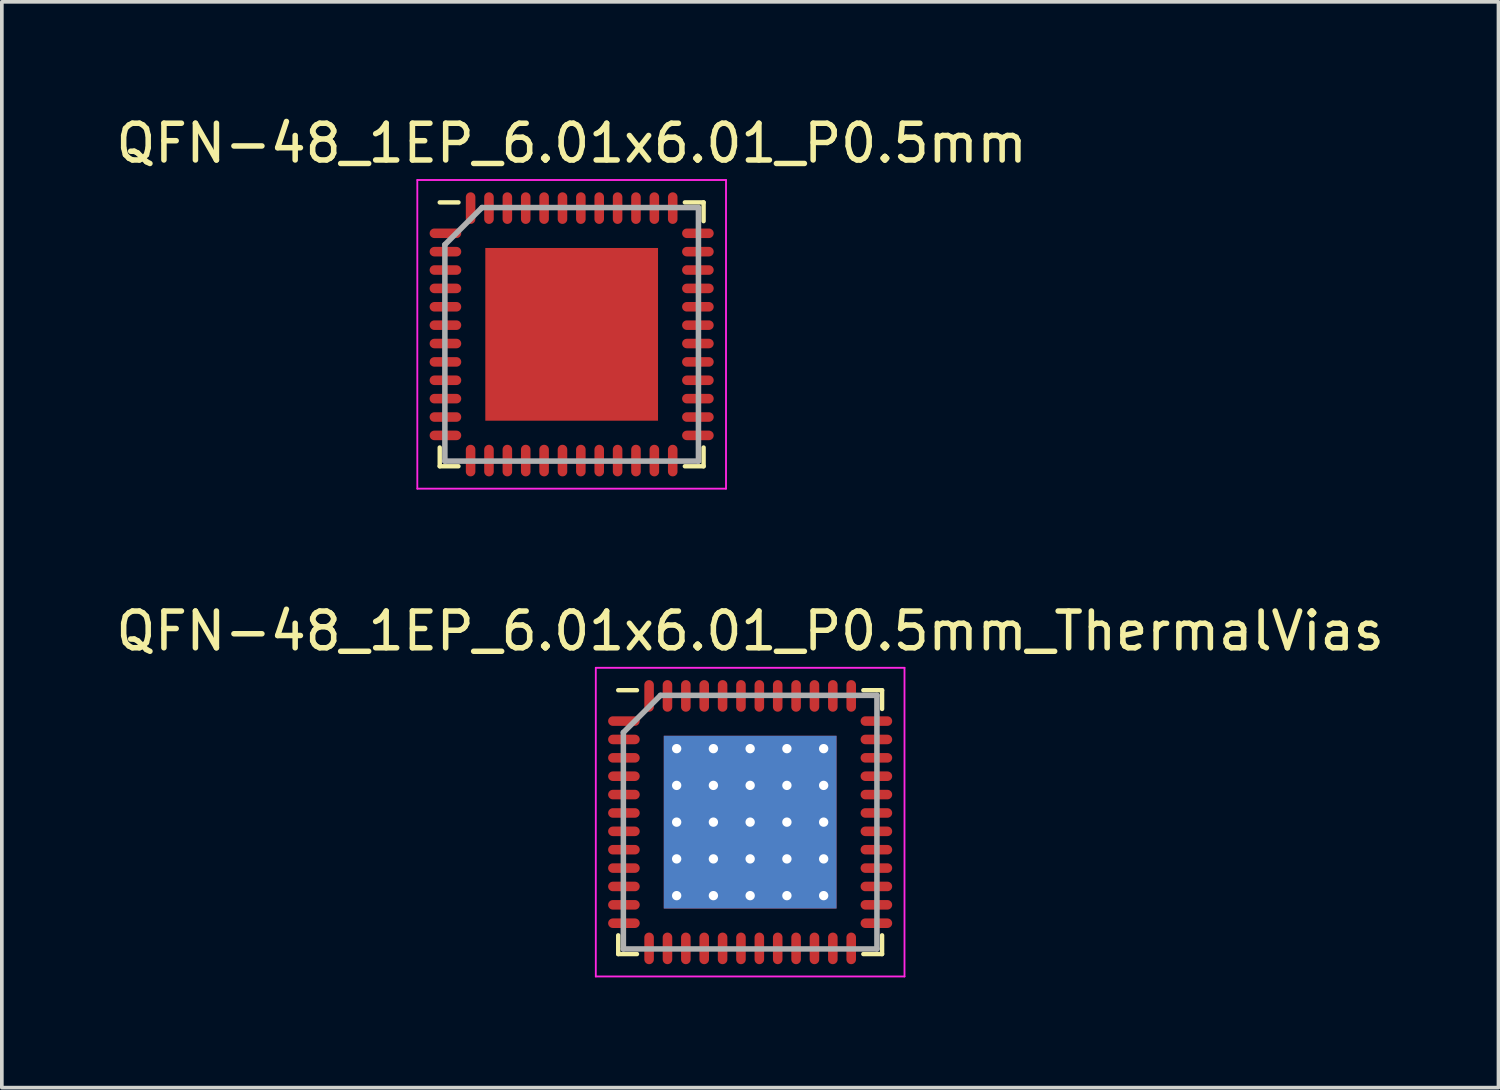
<source format=kicad_pcb>
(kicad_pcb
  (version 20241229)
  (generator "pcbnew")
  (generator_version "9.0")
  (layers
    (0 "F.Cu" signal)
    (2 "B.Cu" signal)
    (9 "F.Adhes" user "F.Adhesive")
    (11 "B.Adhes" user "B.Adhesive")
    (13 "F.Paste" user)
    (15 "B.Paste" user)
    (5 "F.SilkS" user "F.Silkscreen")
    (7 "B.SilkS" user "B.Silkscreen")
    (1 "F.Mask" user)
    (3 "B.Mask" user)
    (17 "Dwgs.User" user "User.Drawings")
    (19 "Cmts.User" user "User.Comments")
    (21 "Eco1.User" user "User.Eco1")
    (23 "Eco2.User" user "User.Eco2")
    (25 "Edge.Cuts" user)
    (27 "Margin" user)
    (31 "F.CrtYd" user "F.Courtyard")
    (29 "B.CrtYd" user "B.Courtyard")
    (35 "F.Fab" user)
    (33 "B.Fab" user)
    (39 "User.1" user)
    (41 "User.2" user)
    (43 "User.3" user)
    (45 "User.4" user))
  (footprint "QFN-48_1EP_6.01x6.01_P0.5mm_ThermalVias"
    (layer "F.Cu")
    (at 17.363 19.322)
    (property "Reference" "QFN-48_1EP_6.01x6.01_P0.5mm_ThermalVias" (at 0 -5.2 0) (layer "F.SilkS") (effects (font (size 1 1) (thickness 0.15))))
    (attr smd)
    (fp_line (start -3.59 -3.59) (end -3.08 -3.59) (stroke (width 0.12) (type solid)) (layer "F.SilkS"))
    (fp_line (start -3.59 3.08) (end -3.59 3.59) (stroke (width 0.12) (type solid)) (layer "F.SilkS"))
    (fp_line (start -3.59 3.59) (end -3.08 3.59) (stroke (width 0.12) (type solid)) (layer "F.SilkS"))
    (fp_line (start 3.08 -3.59) (end 3.59 -3.59) (stroke (width 0.12) (type solid)) (layer "F.SilkS"))
    (fp_line (start 3.08 3.59) (end 3.59 3.59) (stroke (width 0.12) (type solid)) (layer "F.SilkS"))
    (fp_line (start 3.59 -3.59) (end 3.59 -3.08) (stroke (width 0.12) (type solid)) (layer "F.SilkS"))
    (fp_line (start 3.59 3.59) (end 3.59 3.08) (stroke (width 0.12) (type solid)) (layer "F.SilkS"))
    (fp_line (start -4.2 -4.2) (end 4.2 -4.2) (stroke (width 0.05) (type solid)) (layer "F.CrtYd"))
    (fp_line (start -4.2 4.2) (end -4.2 -4.2) (stroke (width 0.05) (type solid)) (layer "F.CrtYd"))
    (fp_line (start 4.2 -4.2) (end 4.2 4.2) (stroke (width 0.05) (type solid)) (layer "F.CrtYd"))
    (fp_line (start 4.2 4.2) (end -4.2 4.2) (stroke (width 0.05) (type solid)) (layer "F.CrtYd"))
    (fp_line (start -3.45 -2.44) (end -3.45 3.45) (stroke (width 0.15) (type solid)) (layer "F.Fab"))
    (fp_line (start -3.45 3.45) (end 3.45 3.45) (stroke (width 0.15) (type solid)) (layer "F.Fab"))
    (fp_line (start -2.44 -3.45) (end -3.45 -2.44) (stroke (width 0.15) (type solid)) (layer "F.Fab"))
    (fp_line (start 3.45 -3.45) (end -2.44 -3.45) (stroke (width 0.15) (type solid)) (layer "F.Fab"))
    (fp_line (start 3.45 3.45) (end 3.45 -3.45) (stroke (width 0.15) (type solid)) (layer "F.Fab"))
    (pad "0" thru_hole circle (at -2 -2) (size 0.3 0.3) (drill 0.254) (layers "*.Cu" "F.Mask"))
    (pad "0" thru_hole circle (at -2 -1) (size 0.3 0.3) (drill 0.254) (layers "*.Cu" "F.Mask"))
    (pad "0" thru_hole circle (at -2 0) (size 0.3 0.3) (drill 0.254) (layers "*.Cu" "F.Mask"))
    (pad "0" thru_hole circle (at -2 1) (size 0.3 0.3) (drill 0.254) (layers "*.Cu" "F.Mask"))
    (pad "0" thru_hole circle (at -2 2) (size 0.3 0.3) (drill 0.254) (layers "*.Cu" "F.Mask"))
    (pad "0" thru_hole circle (at -1 -2) (size 0.3 0.3) (drill 0.254) (layers "*.Cu" "F.Mask"))
    (pad "0" thru_hole circle (at -1 -1) (size 0.3 0.3) (drill 0.254) (layers "*.Cu" "F.Mask"))
    (pad "0" thru_hole circle (at -1 0) (size 0.3 0.3) (drill 0.254) (layers "*.Cu" "F.Mask"))
    (pad "0" thru_hole circle (at -1 1) (size 0.3 0.3) (drill 0.254) (layers "*.Cu" "F.Mask"))
    (pad "0" thru_hole circle (at -1 2) (size 0.3 0.3) (drill 0.254) (layers "*.Cu" "F.Mask"))
    (pad "0" thru_hole circle (at 0 -2) (size 0.3 0.3) (drill 0.254) (layers "*.Cu" "F.Mask"))
    (pad "0" thru_hole circle (at 0 -1) (size 0.3 0.3) (drill 0.254) (layers "*.Cu" "F.Mask"))
    (pad "0" thru_hole circle (at 0 0) (size 0.3 0.3) (drill 0.254) (layers "*.Cu" "F.Mask"))
    (pad "0" smd rect (at 0 0) (size 4.7 4.7) (layers "F.Cu" "F.Mask" "F.Paste"))
    (pad "0" smd rect (at 0 0) (size 4.7 4.7) (layers "B.Cu"))
    (pad "0" thru_hole circle (at 0 1) (size 0.3 0.3) (drill 0.254) (layers "*.Cu" "F.Mask"))
    (pad "0" thru_hole circle (at 0 2) (size 0.3 0.3) (drill 0.254) (layers "*.Cu" "F.Mask"))
    (pad "0" thru_hole circle (at 1 -2) (size 0.3 0.3) (drill 0.254) (layers "*.Cu" "F.Mask"))
    (pad "0" thru_hole circle (at 1 -1) (size 0.3 0.3) (drill 0.254) (layers "*.Cu" "F.Mask"))
    (pad "0" thru_hole circle (at 1 0) (size 0.3 0.3) (drill 0.254) (layers "*.Cu" "F.Mask"))
    (pad "0" thru_hole circle (at 1 1) (size 0.3 0.3) (drill 0.254) (layers "*.Cu" "F.Mask"))
    (pad "0" thru_hole circle (at 1 2) (size 0.3 0.3) (drill 0.254) (layers "*.Cu" "F.Mask"))
    (pad "0" thru_hole circle (at 2 -2) (size 0.3 0.3) (drill 0.254) (layers "*.Cu" "F.Mask"))
    (pad "0" thru_hole circle (at 2 -1) (size 0.3 0.3) (drill 0.254) (layers "*.Cu" "F.Mask"))
    (pad "0" thru_hole circle (at 2 0) (size 0.3 0.3) (drill 0.254) (layers "*.Cu" "F.Mask"))
    (pad "0" thru_hole circle (at 2 1) (size 0.3 0.3) (drill 0.254) (layers "*.Cu" "F.Mask"))
    (pad "0" thru_hole circle (at 2 2) (size 0.3 0.3) (drill 0.254) (layers "*.Cu" "F.Mask"))
    (pad "1" smd oval (at -3.435 -2.75 90) (size 0.26 0.86) (layers "F.Cu" "F.Mask" "F.Paste"))
    (pad "2" smd oval (at -3.435 -2.25 90) (size 0.26 0.86) (layers "F.Cu" "F.Mask" "F.Paste"))
    (pad "3" smd oval (at -3.435 -1.75 90) (size 0.26 0.86) (layers "F.Cu" "F.Mask" "F.Paste"))
    (pad "4" smd oval (at -3.435 -1.25 90) (size 0.26 0.86) (layers "F.Cu" "F.Mask" "F.Paste"))
    (pad "5" smd oval (at -3.435 -0.75 90) (size 0.26 0.86) (layers "F.Cu" "F.Mask" "F.Paste"))
    (pad "6" smd oval (at -3.435 -0.25 90) (size 0.26 0.86) (layers "F.Cu" "F.Mask" "F.Paste"))
    (pad "7" smd oval (at -3.435 0.25 90) (size 0.26 0.86) (layers "F.Cu" "F.Mask" "F.Paste"))
    (pad "8" smd oval (at -3.435 0.75 90) (size 0.26 0.86) (layers "F.Cu" "F.Mask" "F.Paste"))
    (pad "9" smd oval (at -3.435 1.25 90) (size 0.26 0.86) (layers "F.Cu" "F.Mask" "F.Paste"))
    (pad "10" smd oval (at -3.435 1.75 90) (size 0.26 0.86) (layers "F.Cu" "F.Mask" "F.Paste"))
    (pad "11" smd oval (at -3.435 2.25 90) (size 0.26 0.86) (layers "F.Cu" "F.Mask" "F.Paste"))
    (pad "12" smd oval (at -3.435 2.75 90) (size 0.26 0.86) (layers "F.Cu" "F.Mask" "F.Paste"))
    (pad "13" smd oval (at -2.75 3.435) (size 0.26 0.86) (layers "F.Cu" "F.Mask" "F.Paste"))
    (pad "14" smd oval (at -2.25 3.435) (size 0.26 0.86) (layers "F.Cu" "F.Mask" "F.Paste"))
    (pad "15" smd oval (at -1.75 3.435) (size 0.26 0.86) (layers "F.Cu" "F.Mask" "F.Paste"))
    (pad "16" smd oval (at -1.25 3.435) (size 0.26 0.86) (layers "F.Cu" "F.Mask" "F.Paste"))
    (pad "17" smd oval (at -0.75 3.435) (size 0.26 0.86) (layers "F.Cu" "F.Mask" "F.Paste"))
    (pad "18" smd oval (at -0.25 3.435) (size 0.26 0.86) (layers "F.Cu" "F.Mask" "F.Paste"))
    (pad "19" smd oval (at 0.25 3.435) (size 0.26 0.86) (layers "F.Cu" "F.Mask" "F.Paste"))
    (pad "20" smd oval (at 0.75 3.435) (size 0.26 0.86) (layers "F.Cu" "F.Mask" "F.Paste"))
    (pad "21" smd oval (at 1.25 3.435) (size 0.26 0.86) (layers "F.Cu" "F.Mask" "F.Paste"))
    (pad "22" smd oval (at 1.75 3.435) (size 0.26 0.86) (layers "F.Cu" "F.Mask" "F.Paste"))
    (pad "23" smd oval (at 2.25 3.435) (size 0.26 0.86) (layers "F.Cu" "F.Mask" "F.Paste"))
    (pad "24" smd oval (at 2.75 3.435) (size 0.26 0.86) (layers "F.Cu" "F.Mask" "F.Paste"))
    (pad "25" smd oval (at 3.435 2.75 90) (size 0.26 0.86) (layers "F.Cu" "F.Mask" "F.Paste"))
    (pad "26" smd oval (at 3.435 2.25 90) (size 0.26 0.86) (layers "F.Cu" "F.Mask" "F.Paste"))
    (pad "27" smd oval (at 3.435 1.75 90) (size 0.26 0.86) (layers "F.Cu" "F.Mask" "F.Paste"))
    (pad "28" smd oval (at 3.435 1.25 90) (size 0.26 0.86) (layers "F.Cu" "F.Mask" "F.Paste"))
    (pad "29" smd oval (at 3.435 0.75 90) (size 0.26 0.86) (layers "F.Cu" "F.Mask" "F.Paste"))
    (pad "30" smd oval (at 3.435 0.25 90) (size 0.26 0.86) (layers "F.Cu" "F.Mask" "F.Paste"))
    (pad "31" smd oval (at 3.435 -0.25 90) (size 0.26 0.86) (layers "F.Cu" "F.Mask" "F.Paste"))
    (pad "32" smd oval (at 3.435 -0.75 90) (size 0.26 0.86) (layers "F.Cu" "F.Mask" "F.Paste"))
    (pad "33" smd oval (at 3.435 -1.25 90) (size 0.26 0.86) (layers "F.Cu" "F.Mask" "F.Paste"))
    (pad "34" smd oval (at 3.435 -1.75 90) (size 0.26 0.86) (layers "F.Cu" "F.Mask" "F.Paste"))
    (pad "35" smd oval (at 3.435 -2.25 90) (size 0.26 0.86) (layers "F.Cu" "F.Mask" "F.Paste"))
    (pad "36" smd oval (at 3.435 -2.75 90) (size 0.26 0.86) (layers "F.Cu" "F.Mask" "F.Paste"))
    (pad "37" smd oval (at 2.75 -3.435) (size 0.26 0.86) (layers "F.Cu" "F.Mask" "F.Paste"))
    (pad "38" smd oval (at 2.25 -3.435) (size 0.26 0.86) (layers "F.Cu" "F.Mask" "F.Paste"))
    (pad "39" smd oval (at 1.75 -3.435) (size 0.26 0.86) (layers "F.Cu" "F.Mask" "F.Paste"))
    (pad "40" smd oval (at 1.25 -3.435) (size 0.26 0.86) (layers "F.Cu" "F.Mask" "F.Paste"))
    (pad "41" smd oval (at 0.75 -3.435) (size 0.26 0.86) (layers "F.Cu" "F.Mask" "F.Paste"))
    (pad "42" smd oval (at 0.25 -3.435) (size 0.26 0.86) (layers "F.Cu" "F.Mask" "F.Paste"))
    (pad "43" smd oval (at -0.25 -3.435) (size 0.26 0.86) (layers "F.Cu" "F.Mask" "F.Paste"))
    (pad "44" smd oval (at -0.75 -3.435) (size 0.26 0.86) (layers "F.Cu" "F.Mask" "F.Paste"))
    (pad "45" smd oval (at -1.25 -3.435) (size 0.26 0.86) (layers "F.Cu" "F.Mask" "F.Paste"))
    (pad "46" smd oval (at -1.75 -3.435) (size 0.26 0.86) (layers "F.Cu" "F.Mask" "F.Paste"))
    (pad "47" smd oval (at -2.25 -3.435) (size 0.26 0.86) (layers "F.Cu" "F.Mask" "F.Paste"))
    (pad "48" smd oval (at -2.75 -3.435) (size 0.26 0.86) (layers "F.Cu" "F.Mask" "F.Paste")))
  (footprint "QFN-48_1EP_6.01x6.01_P0.5mm"
    (layer "F.Cu")
    (at 12.506 6.048)
    (property "Reference" "QFN-48_1EP_6.01x6.01_P0.5mm" (at 0 -5.2 0) (layer "F.SilkS") (effects (font (size 1 1) (thickness 0.15))))
    (attr smd)
    (fp_line (start -3.59 -3.59) (end -3.08 -3.59) (stroke (width 0.12) (type solid)) (layer "F.SilkS"))
    (fp_line (start -3.59 3.08) (end -3.59 3.59) (stroke (width 0.12) (type solid)) (layer "F.SilkS"))
    (fp_line (start -3.59 3.59) (end -3.08 3.59) (stroke (width 0.12) (type solid)) (layer "F.SilkS"))
    (fp_line (start 3.08 -3.59) (end 3.59 -3.59) (stroke (width 0.12) (type solid)) (layer "F.SilkS"))
    (fp_line (start 3.08 3.59) (end 3.59 3.59) (stroke (width 0.12) (type solid)) (layer "F.SilkS"))
    (fp_line (start 3.59 -3.59) (end 3.59 -3.08) (stroke (width 0.12) (type solid)) (layer "F.SilkS"))
    (fp_line (start 3.59 3.59) (end 3.59 3.08) (stroke (width 0.12) (type solid)) (layer "F.SilkS"))
    (fp_line (start -4.2 -4.2) (end 4.2 -4.2) (stroke (width 0.05) (type solid)) (layer "F.CrtYd"))
    (fp_line (start -4.2 4.2) (end -4.2 -4.2) (stroke (width 0.05) (type solid)) (layer "F.CrtYd"))
    (fp_line (start 4.2 -4.2) (end 4.2 4.2) (stroke (width 0.05) (type solid)) (layer "F.CrtYd"))
    (fp_line (start 4.2 4.2) (end -4.2 4.2) (stroke (width 0.05) (type solid)) (layer "F.CrtYd"))
    (fp_line (start -3.45 -2.44) (end -3.45 3.45) (stroke (width 0.15) (type solid)) (layer "F.Fab"))
    (fp_line (start -3.45 3.45) (end 3.45 3.45) (stroke (width 0.15) (type solid)) (layer "F.Fab"))
    (fp_line (start -2.44 -3.45) (end -3.45 -2.44) (stroke (width 0.15) (type solid)) (layer "F.Fab"))
    (fp_line (start 3.45 -3.45) (end -2.44 -3.45) (stroke (width 0.15) (type solid)) (layer "F.Fab"))
    (fp_line (start 3.45 3.45) (end 3.45 -3.45) (stroke (width 0.15) (type solid)) (layer "F.Fab"))
    (pad "0" smd rect (at 0 0) (size 4.7 4.7) (layers "F.Cu" "F.Mask" "F.Paste"))
    (pad "1" smd oval (at -3.435 -2.75 90) (size 0.26 0.86) (layers "F.Cu" "F.Mask" "F.Paste"))
    (pad "2" smd oval (at -3.435 -2.25 90) (size 0.26 0.86) (layers "F.Cu" "F.Mask" "F.Paste"))
    (pad "3" smd oval (at -3.435 -1.75 90) (size 0.26 0.86) (layers "F.Cu" "F.Mask" "F.Paste"))
    (pad "4" smd oval (at -3.435 -1.25 90) (size 0.26 0.86) (layers "F.Cu" "F.Mask" "F.Paste"))
    (pad "5" smd oval (at -3.435 -0.75 90) (size 0.26 0.86) (layers "F.Cu" "F.Mask" "F.Paste"))
    (pad "6" smd oval (at -3.435 -0.25 90) (size 0.26 0.86) (layers "F.Cu" "F.Mask" "F.Paste"))
    (pad "7" smd oval (at -3.435 0.25 90) (size 0.26 0.86) (layers "F.Cu" "F.Mask" "F.Paste"))
    (pad "8" smd oval (at -3.435 0.75 90) (size 0.26 0.86) (layers "F.Cu" "F.Mask" "F.Paste"))
    (pad "9" smd oval (at -3.435 1.25 90) (size 0.26 0.86) (layers "F.Cu" "F.Mask" "F.Paste"))
    (pad "10" smd oval (at -3.435 1.75 90) (size 0.26 0.86) (layers "F.Cu" "F.Mask" "F.Paste"))
    (pad "11" smd oval (at -3.435 2.25 90) (size 0.26 0.86) (layers "F.Cu" "F.Mask" "F.Paste"))
    (pad "12" smd oval (at -3.435 2.75 90) (size 0.26 0.86) (layers "F.Cu" "F.Mask" "F.Paste"))
    (pad "13" smd oval (at -2.75 3.435) (size 0.26 0.86) (layers "F.Cu" "F.Mask" "F.Paste"))
    (pad "14" smd oval (at -2.25 3.435) (size 0.26 0.86) (layers "F.Cu" "F.Mask" "F.Paste"))
    (pad "15" smd oval (at -1.75 3.435) (size 0.26 0.86) (layers "F.Cu" "F.Mask" "F.Paste"))
    (pad "16" smd oval (at -1.25 3.435) (size 0.26 0.86) (layers "F.Cu" "F.Mask" "F.Paste"))
    (pad "17" smd oval (at -0.75 3.435) (size 0.26 0.86) (layers "F.Cu" "F.Mask" "F.Paste"))
    (pad "18" smd oval (at -0.25 3.435) (size 0.26 0.86) (layers "F.Cu" "F.Mask" "F.Paste"))
    (pad "19" smd oval (at 0.25 3.435) (size 0.26 0.86) (layers "F.Cu" "F.Mask" "F.Paste"))
    (pad "20" smd oval (at 0.75 3.435) (size 0.26 0.86) (layers "F.Cu" "F.Mask" "F.Paste"))
    (pad "21" smd oval (at 1.25 3.435) (size 0.26 0.86) (layers "F.Cu" "F.Mask" "F.Paste"))
    (pad "22" smd oval (at 1.75 3.435) (size 0.26 0.86) (layers "F.Cu" "F.Mask" "F.Paste"))
    (pad "23" smd oval (at 2.25 3.435) (size 0.26 0.86) (layers "F.Cu" "F.Mask" "F.Paste"))
    (pad "24" smd oval (at 2.75 3.435) (size 0.26 0.86) (layers "F.Cu" "F.Mask" "F.Paste"))
    (pad "25" smd oval (at 3.435 2.75 90) (size 0.26 0.86) (layers "F.Cu" "F.Mask" "F.Paste"))
    (pad "26" smd oval (at 3.435 2.25 90) (size 0.26 0.86) (layers "F.Cu" "F.Mask" "F.Paste"))
    (pad "27" smd oval (at 3.435 1.75 90) (size 0.26 0.86) (layers "F.Cu" "F.Mask" "F.Paste"))
    (pad "28" smd oval (at 3.435 1.25 90) (size 0.26 0.86) (layers "F.Cu" "F.Mask" "F.Paste"))
    (pad "29" smd oval (at 3.435 0.75 90) (size 0.26 0.86) (layers "F.Cu" "F.Mask" "F.Paste"))
    (pad "30" smd oval (at 3.435 0.25 90) (size 0.26 0.86) (layers "F.Cu" "F.Mask" "F.Paste"))
    (pad "31" smd oval (at 3.435 -0.25 90) (size 0.26 0.86) (layers "F.Cu" "F.Mask" "F.Paste"))
    (pad "32" smd oval (at 3.435 -0.75 90) (size 0.26 0.86) (layers "F.Cu" "F.Mask" "F.Paste"))
    (pad "33" smd oval (at 3.435 -1.25 90) (size 0.26 0.86) (layers "F.Cu" "F.Mask" "F.Paste"))
    (pad "34" smd oval (at 3.435 -1.75 90) (size 0.26 0.86) (layers "F.Cu" "F.Mask" "F.Paste"))
    (pad "35" smd oval (at 3.435 -2.25 90) (size 0.26 0.86) (layers "F.Cu" "F.Mask" "F.Paste"))
    (pad "36" smd oval (at 3.435 -2.75 90) (size 0.26 0.86) (layers "F.Cu" "F.Mask" "F.Paste"))
    (pad "37" smd oval (at 2.75 -3.435) (size 0.26 0.86) (layers "F.Cu" "F.Mask" "F.Paste"))
    (pad "38" smd oval (at 2.25 -3.435) (size 0.26 0.86) (layers "F.Cu" "F.Mask" "F.Paste"))
    (pad "39" smd oval (at 1.75 -3.435) (size 0.26 0.86) (layers "F.Cu" "F.Mask" "F.Paste"))
    (pad "40" smd oval (at 1.25 -3.435) (size 0.26 0.86) (layers "F.Cu" "F.Mask" "F.Paste"))
    (pad "41" smd oval (at 0.75 -3.435) (size 0.26 0.86) (layers "F.Cu" "F.Mask" "F.Paste"))
    (pad "42" smd oval (at 0.25 -3.435) (size 0.26 0.86) (layers "F.Cu" "F.Mask" "F.Paste"))
    (pad "43" smd oval (at -0.25 -3.435) (size 0.26 0.86) (layers "F.Cu" "F.Mask" "F.Paste"))
    (pad "44" smd oval (at -0.75 -3.435) (size 0.26 0.86) (layers "F.Cu" "F.Mask" "F.Paste"))
    (pad "45" smd oval (at -1.25 -3.435) (size 0.26 0.86) (layers "F.Cu" "F.Mask" "F.Paste"))
    (pad "46" smd oval (at -1.75 -3.435) (size 0.26 0.86) (layers "F.Cu" "F.Mask" "F.Paste"))
    (pad "47" smd oval (at -2.25 -3.435) (size 0.26 0.86) (layers "F.Cu" "F.Mask" "F.Paste"))
    (pad "48" smd oval (at -2.75 -3.435) (size 0.26 0.86) (layers "F.Cu" "F.Mask" "F.Paste")))
  (gr_rect
    (start -3 -3)
    (end 37.726 26.547)
    (stroke (width 0.1) (type default))
    (fill no)
    (layer "Edge.Cuts")))
</source>
